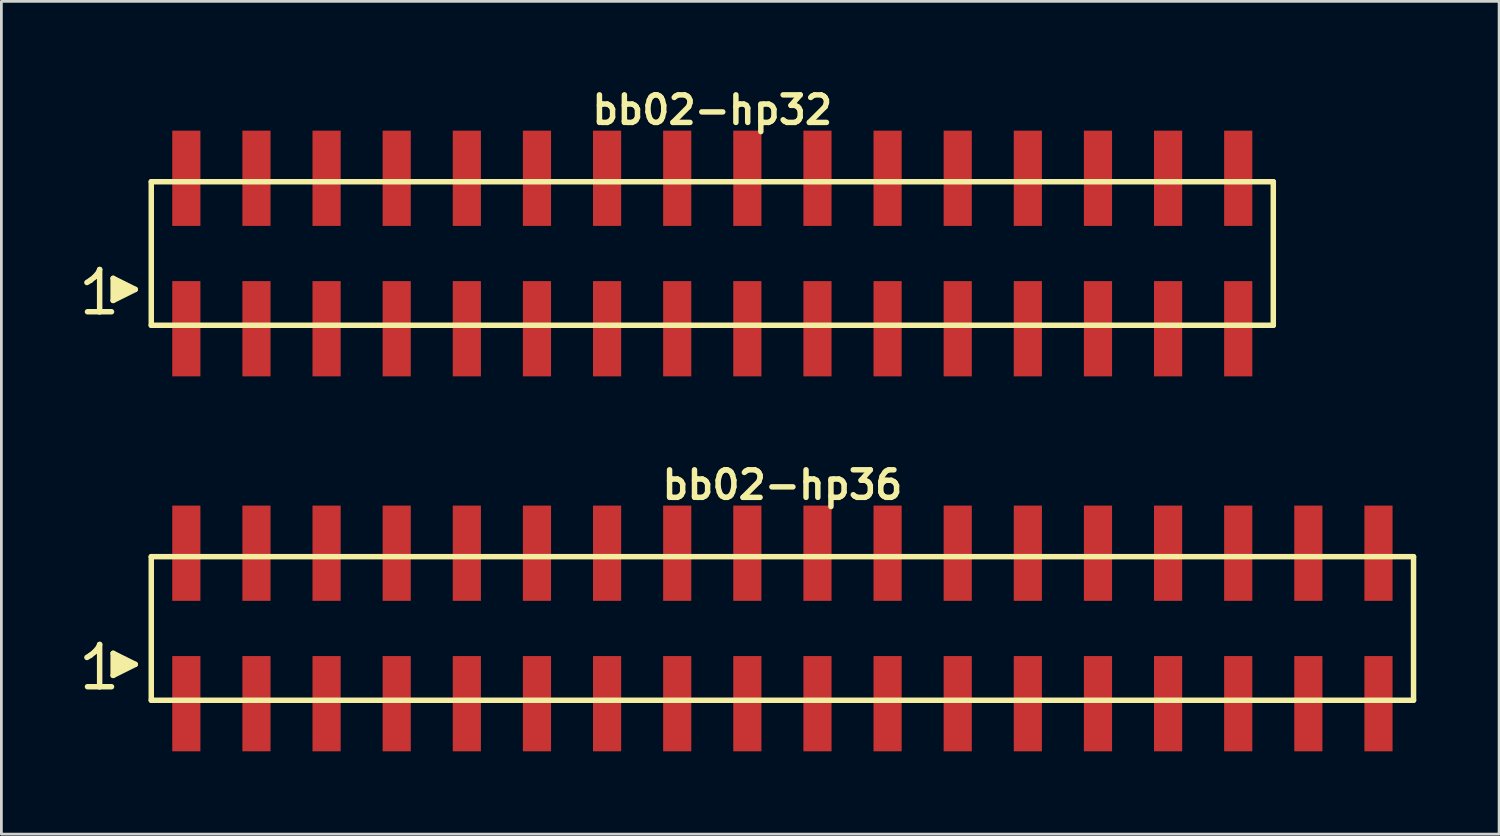
<source format=kicad_pcb>
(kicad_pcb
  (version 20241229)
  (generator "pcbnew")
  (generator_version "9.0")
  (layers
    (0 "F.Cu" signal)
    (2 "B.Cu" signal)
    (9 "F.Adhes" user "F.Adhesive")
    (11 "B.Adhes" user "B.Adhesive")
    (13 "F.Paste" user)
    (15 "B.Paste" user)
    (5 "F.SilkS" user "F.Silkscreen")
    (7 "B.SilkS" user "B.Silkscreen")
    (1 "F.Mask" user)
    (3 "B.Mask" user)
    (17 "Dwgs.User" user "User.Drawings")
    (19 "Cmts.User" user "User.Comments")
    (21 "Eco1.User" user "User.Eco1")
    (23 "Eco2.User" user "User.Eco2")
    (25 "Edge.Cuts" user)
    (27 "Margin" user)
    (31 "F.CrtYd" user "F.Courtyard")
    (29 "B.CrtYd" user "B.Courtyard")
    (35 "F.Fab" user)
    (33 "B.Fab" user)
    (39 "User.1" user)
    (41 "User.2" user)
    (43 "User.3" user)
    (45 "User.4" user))
  (footprint "bb02-hp36"
    (layer "F.Cu")
    (at 25.289 19.713)
    (property "Reference" "bb02-hp36" (at 0 -5.2 0) (layer "F.SilkS") (effects (font (size 0.998 0.998) (thickness 0.198))))
    (attr through_hole)
    (fp_line (start -25.19 1.05) (end -25.06 0.97) (stroke (width 0.198) (type solid)) (layer "F.SilkS"))
    (fp_line (start -25.06 0.97) (end -24.9 0.84) (stroke (width 0.198) (type solid)) (layer "F.SilkS"))
    (fp_line (start -24.9 0.84) (end -24.76 0.67) (stroke (width 0.198) (type solid)) (layer "F.SilkS"))
    (fp_line (start -24.76 0.67) (end -24.73 0.58) (stroke (width 0.198) (type solid)) (layer "F.SilkS"))
    (fp_line (start -24.73 0.58) (end -24.73 2.11) (stroke (width 0.198) (type solid)) (layer "F.SilkS"))
    (fp_line (start -24.73 2.11) (end -25.17 2.11) (stroke (width 0.198) (type solid)) (layer "F.SilkS"))
    (fp_line (start -24.3 2.11) (end -24.74 2.11) (stroke (width 0.198) (type solid)) (layer "F.SilkS"))
    (fp_line (start -24.24 0.9) (end -23.44 1.3) (stroke (width 0.198) (type solid)) (layer "F.SilkS"))
    (fp_line (start -24.24 1.7) (end -24.24 0.9) (stroke (width 0.198) (type solid)) (layer "F.SilkS"))
    (fp_line (start -24.14 1.6) (end -24.14 1) (stroke (width 0.198) (type solid)) (layer "F.SilkS"))
    (fp_line (start -24.04 1.1) (end -24.04 1.5) (stroke (width 0.198) (type solid)) (layer "F.SilkS"))
    (fp_line (start -23.94 1.5) (end -23.94 1.1) (stroke (width 0.198) (type solid)) (layer "F.SilkS"))
    (fp_line (start -23.84 1.2) (end -23.84 1.4) (stroke (width 0.198) (type solid)) (layer "F.SilkS"))
    (fp_line (start -23.74 1.4) (end -23.74 1.2) (stroke (width 0.198) (type solid)) (layer "F.SilkS"))
    (fp_line (start -23.44 1.3) (end -24.24 1.7) (stroke (width 0.198) (type solid)) (layer "F.SilkS"))
    (fp_line (start -22.86 -2.6) (end -22.86 2.6) (stroke (width 0.198) (type solid)) (layer "F.SilkS"))
    (fp_line (start -22.86 -2.6) (end 22.86 -2.6) (stroke (width 0.198) (type solid)) (layer "F.SilkS"))
    (fp_line (start 22.86 2.6) (end -22.86 2.6) (stroke (width 0.198) (type solid)) (layer "F.SilkS"))
    (fp_line (start 22.86 2.6) (end 22.86 -2.6) (stroke (width 0.198) (type solid)) (layer "F.SilkS"))
    (pad "1" smd rect (at -21.59 2.725) (size 1.02 3.45) (layers "F.Cu" "F.Mask" "F.Paste"))
    (pad "2" smd rect (at -21.59 -2.725) (size 1.02 3.45) (layers "F.Cu" "F.Mask" "F.Paste"))
    (pad "3" smd rect (at -19.05 2.725) (size 1.02 3.45) (layers "F.Cu" "F.Mask" "F.Paste"))
    (pad "4" smd rect (at -19.05 -2.725) (size 1.02 3.45) (layers "F.Cu" "F.Mask" "F.Paste"))
    (pad "5" smd rect (at -16.51 2.725) (size 1.02 3.45) (layers "F.Cu" "F.Mask" "F.Paste"))
    (pad "6" smd rect (at -16.51 -2.725) (size 1.02 3.45) (layers "F.Cu" "F.Mask" "F.Paste"))
    (pad "7" smd rect (at -13.97 2.725) (size 1.02 3.45) (layers "F.Cu" "F.Mask" "F.Paste"))
    (pad "8" smd rect (at -13.97 -2.725) (size 1.02 3.45) (layers "F.Cu" "F.Mask" "F.Paste"))
    (pad "9" smd rect (at -11.43 2.725) (size 1.02 3.45) (layers "F.Cu" "F.Mask" "F.Paste"))
    (pad "10" smd rect (at -11.43 -2.725) (size 1.02 3.45) (layers "F.Cu" "F.Mask" "F.Paste"))
    (pad "11" smd rect (at -8.89 2.725) (size 1.02 3.45) (layers "F.Cu" "F.Mask" "F.Paste"))
    (pad "12" smd rect (at -8.89 -2.725) (size 1.02 3.45) (layers "F.Cu" "F.Mask" "F.Paste"))
    (pad "13" smd rect (at -6.35 2.725) (size 1.02 3.45) (layers "F.Cu" "F.Mask" "F.Paste"))
    (pad "14" smd rect (at -6.35 -2.725) (size 1.02 3.45) (layers "F.Cu" "F.Mask" "F.Paste"))
    (pad "15" smd rect (at -3.81 2.725) (size 1.02 3.45) (layers "F.Cu" "F.Mask" "F.Paste"))
    (pad "16" smd rect (at -3.81 -2.725) (size 1.02 3.45) (layers "F.Cu" "F.Mask" "F.Paste"))
    (pad "17" smd rect (at -1.27 2.725) (size 1.02 3.45) (layers "F.Cu" "F.Mask" "F.Paste"))
    (pad "18" smd rect (at -1.27 -2.725) (size 1.02 3.45) (layers "F.Cu" "F.Mask" "F.Paste"))
    (pad "19" smd rect (at 1.27 2.725) (size 1.02 3.45) (layers "F.Cu" "F.Mask" "F.Paste"))
    (pad "20" smd rect (at 1.27 -2.725) (size 1.02 3.45) (layers "F.Cu" "F.Mask" "F.Paste"))
    (pad "21" smd rect (at 3.81 2.725) (size 1.02 3.45) (layers "F.Cu" "F.Mask" "F.Paste"))
    (pad "22" smd rect (at 3.81 -2.725) (size 1.02 3.45) (layers "F.Cu" "F.Mask" "F.Paste"))
    (pad "23" smd rect (at 6.35 2.725) (size 1.02 3.45) (layers "F.Cu" "F.Mask" "F.Paste"))
    (pad "24" smd rect (at 6.35 -2.725) (size 1.02 3.45) (layers "F.Cu" "F.Mask" "F.Paste"))
    (pad "25" smd rect (at 8.89 2.725) (size 1.02 3.45) (layers "F.Cu" "F.Mask" "F.Paste"))
    (pad "26" smd rect (at 8.89 -2.725) (size 1.02 3.45) (layers "F.Cu" "F.Mask" "F.Paste"))
    (pad "27" smd rect (at 11.43 2.725) (size 1.02 3.45) (layers "F.Cu" "F.Mask" "F.Paste"))
    (pad "28" smd rect (at 11.43 -2.725) (size 1.02 3.45) (layers "F.Cu" "F.Mask" "F.Paste"))
    (pad "29" smd rect (at 13.97 2.725) (size 1.02 3.45) (layers "F.Cu" "F.Mask" "F.Paste"))
    (pad "30" smd rect (at 13.97 -2.725) (size 1.02 3.45) (layers "F.Cu" "F.Mask" "F.Paste"))
    (pad "31" smd rect (at 16.51 2.725) (size 1.02 3.45) (layers "F.Cu" "F.Mask" "F.Paste"))
    (pad "32" smd rect (at 16.51 -2.725) (size 1.02 3.45) (layers "F.Cu" "F.Mask" "F.Paste"))
    (pad "33" smd rect (at 19.05 2.725) (size 1.02 3.45) (layers "F.Cu" "F.Mask" "F.Paste"))
    (pad "34" smd rect (at 19.05 -2.725) (size 1.02 3.45) (layers "F.Cu" "F.Mask" "F.Paste"))
    (pad "35" smd rect (at 21.59 2.725) (size 1.02 3.45) (layers "F.Cu" "F.Mask" "F.Paste"))
    (pad "36" smd rect (at 21.59 -2.725) (size 1.02 3.45) (layers "F.Cu" "F.Mask" "F.Paste")))
  (footprint "bb02-hp32"
    (layer "F.Cu")
    (at 22.749 6.132)
    (property "Reference" "bb02-hp32" (at 0 -5.2 0) (layer "F.SilkS") (effects (font (size 0.998 0.998) (thickness 0.198))))
    (attr through_hole)
    (fp_line (start -22.65 1.05) (end -22.52 0.97) (stroke (width 0.198) (type solid)) (layer "F.SilkS"))
    (fp_line (start -22.52 0.97) (end -22.36 0.84) (stroke (width 0.198) (type solid)) (layer "F.SilkS"))
    (fp_line (start -22.36 0.84) (end -22.22 0.67) (stroke (width 0.198) (type solid)) (layer "F.SilkS"))
    (fp_line (start -22.22 0.67) (end -22.19 0.58) (stroke (width 0.198) (type solid)) (layer "F.SilkS"))
    (fp_line (start -22.19 0.58) (end -22.19 2.11) (stroke (width 0.198) (type solid)) (layer "F.SilkS"))
    (fp_line (start -22.19 2.11) (end -22.63 2.11) (stroke (width 0.198) (type solid)) (layer "F.SilkS"))
    (fp_line (start -21.76 2.11) (end -22.2 2.11) (stroke (width 0.198) (type solid)) (layer "F.SilkS"))
    (fp_line (start -21.7 0.9) (end -20.9 1.3) (stroke (width 0.198) (type solid)) (layer "F.SilkS"))
    (fp_line (start -21.7 1.7) (end -21.7 0.9) (stroke (width 0.198) (type solid)) (layer "F.SilkS"))
    (fp_line (start -21.6 1.6) (end -21.6 1) (stroke (width 0.198) (type solid)) (layer "F.SilkS"))
    (fp_line (start -21.5 1.1) (end -21.5 1.5) (stroke (width 0.198) (type solid)) (layer "F.SilkS"))
    (fp_line (start -21.4 1.5) (end -21.4 1.1) (stroke (width 0.198) (type solid)) (layer "F.SilkS"))
    (fp_line (start -21.3 1.2) (end -21.3 1.4) (stroke (width 0.198) (type solid)) (layer "F.SilkS"))
    (fp_line (start -21.2 1.4) (end -21.2 1.2) (stroke (width 0.198) (type solid)) (layer "F.SilkS"))
    (fp_line (start -20.9 1.3) (end -21.7 1.7) (stroke (width 0.198) (type solid)) (layer "F.SilkS"))
    (fp_line (start -20.32 -2.6) (end -20.32 2.6) (stroke (width 0.198) (type solid)) (layer "F.SilkS"))
    (fp_line (start -20.32 -2.6) (end 20.32 -2.6) (stroke (width 0.198) (type solid)) (layer "F.SilkS"))
    (fp_line (start 20.32 2.6) (end -20.32 2.6) (stroke (width 0.198) (type solid)) (layer "F.SilkS"))
    (fp_line (start 20.32 2.6) (end 20.32 -2.6) (stroke (width 0.198) (type solid)) (layer "F.SilkS"))
    (pad "1" smd rect (at -19.05 2.725) (size 1.02 3.45) (layers "F.Cu" "F.Mask" "F.Paste"))
    (pad "2" smd rect (at -19.05 -2.725) (size 1.02 3.45) (layers "F.Cu" "F.Mask" "F.Paste"))
    (pad "3" smd rect (at -16.51 2.725) (size 1.02 3.45) (layers "F.Cu" "F.Mask" "F.Paste"))
    (pad "4" smd rect (at -16.51 -2.725) (size 1.02 3.45) (layers "F.Cu" "F.Mask" "F.Paste"))
    (pad "5" smd rect (at -13.97 2.725) (size 1.02 3.45) (layers "F.Cu" "F.Mask" "F.Paste"))
    (pad "6" smd rect (at -13.97 -2.725) (size 1.02 3.45) (layers "F.Cu" "F.Mask" "F.Paste"))
    (pad "7" smd rect (at -11.43 2.725) (size 1.02 3.45) (layers "F.Cu" "F.Mask" "F.Paste"))
    (pad "8" smd rect (at -11.43 -2.725) (size 1.02 3.45) (layers "F.Cu" "F.Mask" "F.Paste"))
    (pad "9" smd rect (at -8.89 2.725) (size 1.02 3.45) (layers "F.Cu" "F.Mask" "F.Paste"))
    (pad "10" smd rect (at -8.89 -2.725) (size 1.02 3.45) (layers "F.Cu" "F.Mask" "F.Paste"))
    (pad "11" smd rect (at -6.35 2.725) (size 1.02 3.45) (layers "F.Cu" "F.Mask" "F.Paste"))
    (pad "12" smd rect (at -6.35 -2.725) (size 1.02 3.45) (layers "F.Cu" "F.Mask" "F.Paste"))
    (pad "13" smd rect (at -3.81 2.725) (size 1.02 3.45) (layers "F.Cu" "F.Mask" "F.Paste"))
    (pad "14" smd rect (at -3.81 -2.725) (size 1.02 3.45) (layers "F.Cu" "F.Mask" "F.Paste"))
    (pad "15" smd rect (at -1.27 2.725) (size 1.02 3.45) (layers "F.Cu" "F.Mask" "F.Paste"))
    (pad "16" smd rect (at -1.27 -2.725) (size 1.02 3.45) (layers "F.Cu" "F.Mask" "F.Paste"))
    (pad "17" smd rect (at 1.27 2.725) (size 1.02 3.45) (layers "F.Cu" "F.Mask" "F.Paste"))
    (pad "18" smd rect (at 1.27 -2.725) (size 1.02 3.45) (layers "F.Cu" "F.Mask" "F.Paste"))
    (pad "19" smd rect (at 3.81 2.725) (size 1.02 3.45) (layers "F.Cu" "F.Mask" "F.Paste"))
    (pad "20" smd rect (at 3.81 -2.725) (size 1.02 3.45) (layers "F.Cu" "F.Mask" "F.Paste"))
    (pad "21" smd rect (at 6.35 2.725) (size 1.02 3.45) (layers "F.Cu" "F.Mask" "F.Paste"))
    (pad "22" smd rect (at 6.35 -2.725) (size 1.02 3.45) (layers "F.Cu" "F.Mask" "F.Paste"))
    (pad "23" smd rect (at 8.89 2.725) (size 1.02 3.45) (layers "F.Cu" "F.Mask" "F.Paste"))
    (pad "24" smd rect (at 8.89 -2.725) (size 1.02 3.45) (layers "F.Cu" "F.Mask" "F.Paste"))
    (pad "25" smd rect (at 11.43 2.725) (size 1.02 3.45) (layers "F.Cu" "F.Mask" "F.Paste"))
    (pad "26" smd rect (at 11.43 -2.725) (size 1.02 3.45) (layers "F.Cu" "F.Mask" "F.Paste"))
    (pad "27" smd rect (at 13.97 2.725) (size 1.02 3.45) (layers "F.Cu" "F.Mask" "F.Paste"))
    (pad "28" smd rect (at 13.97 -2.725) (size 1.02 3.45) (layers "F.Cu" "F.Mask" "F.Paste"))
    (pad "29" smd rect (at 16.51 2.725) (size 1.02 3.45) (layers "F.Cu" "F.Mask" "F.Paste"))
    (pad "30" smd rect (at 16.51 -2.725) (size 1.02 3.45) (layers "F.Cu" "F.Mask" "F.Paste"))
    (pad "31" smd rect (at 19.05 2.725) (size 1.02 3.45) (layers "F.Cu" "F.Mask" "F.Paste"))
    (pad "32" smd rect (at 19.05 -2.725) (size 1.02 3.45) (layers "F.Cu" "F.Mask" "F.Paste")))
  (gr_rect
    (start -3 -3)
    (end 51.248 27.163)
    (stroke (width 0.1) (type default))
    (fill no)
    (layer "Edge.Cuts")))
</source>
